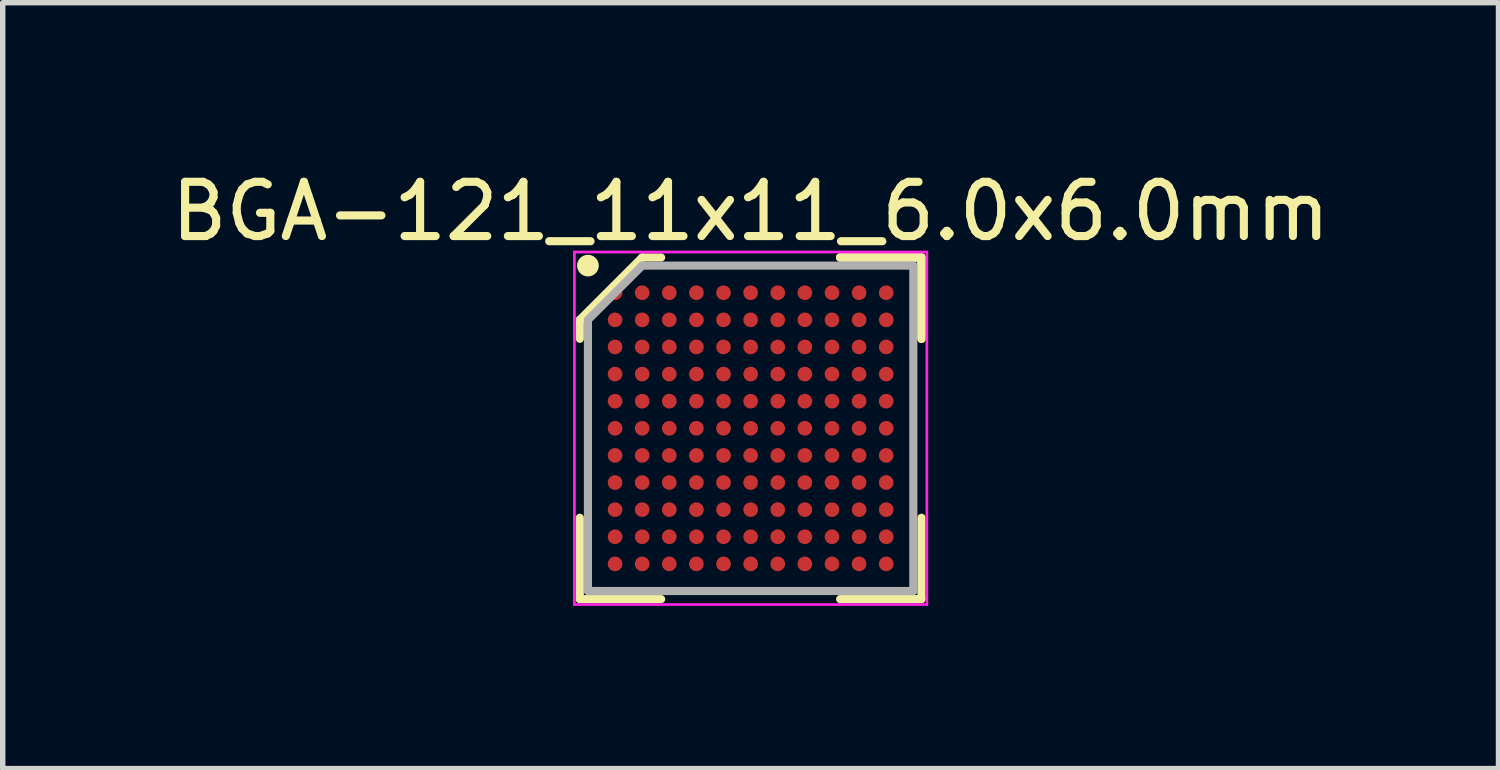
<source format=kicad_pcb>
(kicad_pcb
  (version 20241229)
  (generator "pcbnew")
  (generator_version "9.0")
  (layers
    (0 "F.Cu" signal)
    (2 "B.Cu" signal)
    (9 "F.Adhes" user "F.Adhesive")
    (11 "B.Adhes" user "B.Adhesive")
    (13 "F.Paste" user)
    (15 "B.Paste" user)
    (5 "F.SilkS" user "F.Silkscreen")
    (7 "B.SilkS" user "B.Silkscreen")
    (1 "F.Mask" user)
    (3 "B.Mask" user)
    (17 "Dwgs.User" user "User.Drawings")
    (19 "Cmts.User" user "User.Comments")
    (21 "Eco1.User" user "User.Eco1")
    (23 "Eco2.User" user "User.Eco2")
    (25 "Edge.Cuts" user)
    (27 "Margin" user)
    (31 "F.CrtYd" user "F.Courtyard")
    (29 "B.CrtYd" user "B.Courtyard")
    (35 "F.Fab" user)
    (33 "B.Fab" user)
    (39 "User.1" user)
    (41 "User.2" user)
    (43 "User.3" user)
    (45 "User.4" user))
  (footprint "BGA-121_11x11_6.0x6.0mm"
    (layer "F.Cu")
    (at 10.792 4.848)
    (property "Reference" "BGA-121_11x11_6.0x6.0mm" (at 0 -4 0) (layer "F.SilkS") (effects (font (size 1 1) (thickness 0.15))))
    (attr smd)
    (fp_line (start -3.15 -2) (end -3.15 -1.65) (stroke (width 0.15) (type solid)) (layer "F.SilkS"))
    (fp_line (start -3.15 3.15) (end -3.15 1.65) (stroke (width 0.15) (type solid)) (layer "F.SilkS"))
    (fp_line (start -2 -3.15) (end -3.15 -2) (stroke (width 0.15) (type solid)) (layer "F.SilkS"))
    (fp_line (start -1.65 -3.15) (end -2 -3.15) (stroke (width 0.15) (type solid)) (layer "F.SilkS"))
    (fp_line (start -1.65 3.15) (end -3.15 3.15) (stroke (width 0.15) (type solid)) (layer "F.SilkS"))
    (fp_line (start 1.65 -3.15) (end 3.15 -3.15) (stroke (width 0.15) (type solid)) (layer "F.SilkS"))
    (fp_line (start 1.65 -3.15) (end 3.15 -3.15) (stroke (width 0.15) (type solid)) (layer "F.SilkS"))
    (fp_line (start 1.65 -3.15) (end 3.15 -3.15) (stroke (width 0.15) (type solid)) (layer "F.SilkS"))
    (fp_line (start 1.65 3.15) (end 3.15 3.15) (stroke (width 0.15) (type solid)) (layer "F.SilkS"))
    (fp_line (start 3.15 -3.15) (end 3.15 -1.65) (stroke (width 0.15) (type solid)) (layer "F.SilkS"))
    (fp_line (start 3.15 -3.15) (end 3.15 -1.65) (stroke (width 0.15) (type solid)) (layer "F.SilkS"))
    (fp_line (start 3.15 -3.15) (end 3.15 -1.65) (stroke (width 0.15) (type solid)) (layer "F.SilkS"))
    (fp_line (start 3.15 3.15) (end 3.15 1.65) (stroke (width 0.15) (type solid)) (layer "F.SilkS"))
    (fp_circle (center -3 -3) (end -3 -2.9) (stroke (width 0.2) (type solid)) (fill no) (layer "F.SilkS"))
    (fp_line (start -3.25 -3.25) (end 3.25 -3.25) (stroke (width 0.05) (type solid)) (layer "F.CrtYd"))
    (fp_line (start -3.25 3.25) (end -3.25 -3.25) (stroke (width 0.05) (type solid)) (layer "F.CrtYd"))
    (fp_line (start 3.25 -3.25) (end 3.25 3.25) (stroke (width 0.05) (type solid)) (layer "F.CrtYd"))
    (fp_line (start 3.25 3.25) (end -3.25 3.25) (stroke (width 0.05) (type solid)) (layer "F.CrtYd"))
    (fp_line (start -3 -2) (end -3 3) (stroke (width 0.15) (type solid)) (layer "F.Fab"))
    (fp_line (start -3 3) (end 3 3) (stroke (width 0.15) (type solid)) (layer "F.Fab"))
    (fp_line (start -2 -3) (end -3 -2) (stroke (width 0.15) (type solid)) (layer "F.Fab"))
    (fp_line (start 3 -3) (end -2 -3) (stroke (width 0.15) (type solid)) (layer "F.Fab"))
    (fp_line (start 3 3) (end 3 -3) (stroke (width 0.15) (type solid)) (layer "F.Fab"))
    (pad "A1" smd circle (at -2.5 -2.5) (size 0.27 0.27) (layers "F.Cu" "F.Mask" "F.Paste"))
    (pad "A2" smd circle (at -2 -2.5) (size 0.27 0.27) (layers "F.Cu" "F.Mask" "F.Paste"))
    (pad "A3" smd circle (at -1.5 -2.5) (size 0.27 0.27) (layers "F.Cu" "F.Mask" "F.Paste"))
    (pad "A4" smd circle (at -1 -2.5) (size 0.27 0.27) (layers "F.Cu" "F.Mask" "F.Paste"))
    (pad "A5" smd circle (at -0.5 -2.5) (size 0.27 0.27) (layers "F.Cu" "F.Mask" "F.Paste"))
    (pad "A6" smd circle (at 0 -2.5) (size 0.27 0.27) (layers "F.Cu" "F.Mask" "F.Paste"))
    (pad "A7" smd circle (at 0.5 -2.5) (size 0.27 0.27) (layers "F.Cu" "F.Mask" "F.Paste"))
    (pad "A8" smd circle (at 1 -2.5) (size 0.27 0.27) (layers "F.Cu" "F.Mask" "F.Paste"))
    (pad "A9" smd circle (at 1.5 -2.5) (size 0.27 0.27) (layers "F.Cu" "F.Mask" "F.Paste"))
    (pad "A10" smd circle (at 2 -2.5) (size 0.27 0.27) (layers "F.Cu" "F.Mask" "F.Paste"))
    (pad "A11" smd circle (at 2.5 -2.5) (size 0.27 0.27) (layers "F.Cu" "F.Mask" "F.Paste"))
    (pad "B1" smd circle (at -2.5 -2) (size 0.27 0.27) (layers "F.Cu" "F.Mask" "F.Paste"))
    (pad "B2" smd circle (at -2 -2) (size 0.27 0.27) (layers "F.Cu" "F.Mask" "F.Paste"))
    (pad "B3" smd circle (at -1.5 -2) (size 0.27 0.27) (layers "F.Cu" "F.Mask" "F.Paste"))
    (pad "B4" smd circle (at -1 -2) (size 0.27 0.27) (layers "F.Cu" "F.Mask" "F.Paste"))
    (pad "B5" smd circle (at -0.5 -2) (size 0.27 0.27) (layers "F.Cu" "F.Mask" "F.Paste"))
    (pad "B6" smd circle (at 0 -2) (size 0.27 0.27) (layers "F.Cu" "F.Mask" "F.Paste"))
    (pad "B7" smd circle (at 0.5 -2) (size 0.27 0.27) (layers "F.Cu" "F.Mask" "F.Paste"))
    (pad "B8" smd circle (at 1 -2) (size 0.27 0.27) (layers "F.Cu" "F.Mask" "F.Paste"))
    (pad "B9" smd circle (at 1.5 -2) (size 0.27 0.27) (layers "F.Cu" "F.Mask" "F.Paste"))
    (pad "B10" smd circle (at 2 -2) (size 0.27 0.27) (layers "F.Cu" "F.Mask" "F.Paste"))
    (pad "B11" smd circle (at 2.5 -2) (size 0.27 0.27) (layers "F.Cu" "F.Mask" "F.Paste"))
    (pad "C1" smd circle (at -2.5 -1.5) (size 0.27 0.27) (layers "F.Cu" "F.Mask" "F.Paste"))
    (pad "C2" smd circle (at -2 -1.5) (size 0.27 0.27) (layers "F.Cu" "F.Mask" "F.Paste"))
    (pad "C3" smd circle (at -1.5 -1.5) (size 0.27 0.27) (layers "F.Cu" "F.Mask" "F.Paste"))
    (pad "C4" smd circle (at -1 -1.5) (size 0.27 0.27) (layers "F.Cu" "F.Mask" "F.Paste"))
    (pad "C5" smd circle (at -0.5 -1.5) (size 0.27 0.27) (layers "F.Cu" "F.Mask" "F.Paste"))
    (pad "C6" smd circle (at 0 -1.5) (size 0.27 0.27) (layers "F.Cu" "F.Mask" "F.Paste"))
    (pad "C7" smd circle (at 0.5 -1.5) (size 0.27 0.27) (layers "F.Cu" "F.Mask" "F.Paste"))
    (pad "C8" smd circle (at 1 -1.5) (size 0.27 0.27) (layers "F.Cu" "F.Mask" "F.Paste"))
    (pad "C9" smd circle (at 1.5 -1.5) (size 0.27 0.27) (layers "F.Cu" "F.Mask" "F.Paste"))
    (pad "C10" smd circle (at 2 -1.5) (size 0.27 0.27) (layers "F.Cu" "F.Mask" "F.Paste"))
    (pad "C11" smd circle (at 2.5 -1.5) (size 0.27 0.27) (layers "F.Cu" "F.Mask" "F.Paste"))
    (pad "D1" smd circle (at -2.5 -1) (size 0.27 0.27) (layers "F.Cu" "F.Mask" "F.Paste"))
    (pad "D2" smd circle (at -2 -1) (size 0.27 0.27) (layers "F.Cu" "F.Mask" "F.Paste"))
    (pad "D3" smd circle (at -1.5 -1) (size 0.27 0.27) (layers "F.Cu" "F.Mask" "F.Paste"))
    (pad "D4" smd circle (at -1 -1) (size 0.27 0.27) (layers "F.Cu" "F.Mask" "F.Paste"))
    (pad "D5" smd circle (at -0.5 -1) (size 0.27 0.27) (layers "F.Cu" "F.Mask" "F.Paste"))
    (pad "D6" smd circle (at 0 -1) (size 0.27 0.27) (layers "F.Cu" "F.Mask" "F.Paste"))
    (pad "D7" smd circle (at 0.5 -1) (size 0.27 0.27) (layers "F.Cu" "F.Mask" "F.Paste"))
    (pad "D8" smd circle (at 1 -1) (size 0.27 0.27) (layers "F.Cu" "F.Mask" "F.Paste"))
    (pad "D9" smd circle (at 1.5 -1) (size 0.27 0.27) (layers "F.Cu" "F.Mask" "F.Paste"))
    (pad "D10" smd circle (at 2 -1) (size 0.27 0.27) (layers "F.Cu" "F.Mask" "F.Paste"))
    (pad "D11" smd circle (at 2.5 -1) (size 0.27 0.27) (layers "F.Cu" "F.Mask" "F.Paste"))
    (pad "E1" smd circle (at -2.5 -0.5) (size 0.27 0.27) (layers "F.Cu" "F.Mask" "F.Paste"))
    (pad "E2" smd circle (at -2 -0.5) (size 0.27 0.27) (layers "F.Cu" "F.Mask" "F.Paste"))
    (pad "E3" smd circle (at -1.5 -0.5) (size 0.27 0.27) (layers "F.Cu" "F.Mask" "F.Paste"))
    (pad "E4" smd circle (at -1 -0.5) (size 0.27 0.27) (layers "F.Cu" "F.Mask" "F.Paste"))
    (pad "E5" smd circle (at -0.5 -0.5) (size 0.27 0.27) (layers "F.Cu" "F.Mask" "F.Paste"))
    (pad "E6" smd circle (at 0 -0.5) (size 0.27 0.27) (layers "F.Cu" "F.Mask" "F.Paste"))
    (pad "E7" smd circle (at 0.5 -0.5) (size 0.27 0.27) (layers "F.Cu" "F.Mask" "F.Paste"))
    (pad "E8" smd circle (at 1 -0.5) (size 0.27 0.27) (layers "F.Cu" "F.Mask" "F.Paste"))
    (pad "E9" smd circle (at 1.5 -0.5) (size 0.27 0.27) (layers "F.Cu" "F.Mask" "F.Paste"))
    (pad "E10" smd circle (at 2 -0.5) (size 0.27 0.27) (layers "F.Cu" "F.Mask" "F.Paste"))
    (pad "E11" smd circle (at 2.5 -0.5) (size 0.27 0.27) (layers "F.Cu" "F.Mask" "F.Paste"))
    (pad "F1" smd circle (at -2.5 0) (size 0.27 0.27) (layers "F.Cu" "F.Mask" "F.Paste"))
    (pad "F2" smd circle (at -2 0) (size 0.27 0.27) (layers "F.Cu" "F.Mask" "F.Paste"))
    (pad "F3" smd circle (at -1.5 0) (size 0.27 0.27) (layers "F.Cu" "F.Mask" "F.Paste"))
    (pad "F4" smd circle (at -1 0) (size 0.27 0.27) (layers "F.Cu" "F.Mask" "F.Paste"))
    (pad "F5" smd circle (at -0.5 0) (size 0.27 0.27) (layers "F.Cu" "F.Mask" "F.Paste"))
    (pad "F6" smd circle (at 0 0) (size 0.27 0.27) (layers "F.Cu" "F.Mask" "F.Paste"))
    (pad "F7" smd circle (at 0.5 0) (size 0.27 0.27) (layers "F.Cu" "F.Mask" "F.Paste"))
    (pad "F8" smd circle (at 1 0) (size 0.27 0.27) (layers "F.Cu" "F.Mask" "F.Paste"))
    (pad "F9" smd circle (at 1.5 0) (size 0.27 0.27) (layers "F.Cu" "F.Mask" "F.Paste"))
    (pad "F10" smd circle (at 2 0) (size 0.27 0.27) (layers "F.Cu" "F.Mask" "F.Paste"))
    (pad "F11" smd circle (at 2.5 0) (size 0.27 0.27) (layers "F.Cu" "F.Mask" "F.Paste"))
    (pad "G1" smd circle (at -2.5 0.5) (size 0.27 0.27) (layers "F.Cu" "F.Mask" "F.Paste"))
    (pad "G2" smd circle (at -2 0.5) (size 0.27 0.27) (layers "F.Cu" "F.Mask" "F.Paste"))
    (pad "G3" smd circle (at -1.5 0.5) (size 0.27 0.27) (layers "F.Cu" "F.Mask" "F.Paste"))
    (pad "G4" smd circle (at -1 0.5) (size 0.27 0.27) (layers "F.Cu" "F.Mask" "F.Paste"))
    (pad "G5" smd circle (at -0.5 0.5) (size 0.27 0.27) (layers "F.Cu" "F.Mask" "F.Paste"))
    (pad "G6" smd circle (at 0 0.5) (size 0.27 0.27) (layers "F.Cu" "F.Mask" "F.Paste"))
    (pad "G7" smd circle (at 0.5 0.5) (size 0.27 0.27) (layers "F.Cu" "F.Mask" "F.Paste"))
    (pad "G8" smd circle (at 1 0.5) (size 0.27 0.27) (layers "F.Cu" "F.Mask" "F.Paste"))
    (pad "G9" smd circle (at 1.5 0.5) (size 0.27 0.27) (layers "F.Cu" "F.Mask" "F.Paste"))
    (pad "G10" smd circle (at 2 0.5) (size 0.27 0.27) (layers "F.Cu" "F.Mask" "F.Paste"))
    (pad "G11" smd circle (at 2.5 0.5) (size 0.27 0.27) (layers "F.Cu" "F.Mask" "F.Paste"))
    (pad "H1" smd circle (at -2.5 1) (size 0.27 0.27) (layers "F.Cu" "F.Mask" "F.Paste"))
    (pad "H2" smd circle (at -2 1) (size 0.27 0.27) (layers "F.Cu" "F.Mask" "F.Paste"))
    (pad "H3" smd circle (at -1.5 1) (size 0.27 0.27) (layers "F.Cu" "F.Mask" "F.Paste"))
    (pad "H4" smd circle (at -1 1) (size 0.27 0.27) (layers "F.Cu" "F.Mask" "F.Paste"))
    (pad "H5" smd circle (at -0.5 1) (size 0.27 0.27) (layers "F.Cu" "F.Mask" "F.Paste"))
    (pad "H6" smd circle (at 0 1) (size 0.27 0.27) (layers "F.Cu" "F.Mask" "F.Paste"))
    (pad "H7" smd circle (at 0.5 1) (size 0.27 0.27) (layers "F.Cu" "F.Mask" "F.Paste"))
    (pad "H8" smd circle (at 1 1) (size 0.27 0.27) (layers "F.Cu" "F.Mask" "F.Paste"))
    (pad "H9" smd circle (at 1.5 1) (size 0.27 0.27) (layers "F.Cu" "F.Mask" "F.Paste"))
    (pad "H10" smd circle (at 2 1) (size 0.27 0.27) (layers "F.Cu" "F.Mask" "F.Paste"))
    (pad "H11" smd circle (at 2.5 1) (size 0.27 0.27) (layers "F.Cu" "F.Mask" "F.Paste"))
    (pad "J1" smd circle (at -2.5 1.5) (size 0.27 0.27) (layers "F.Cu" "F.Mask" "F.Paste"))
    (pad "J2" smd circle (at -2 1.5) (size 0.27 0.27) (layers "F.Cu" "F.Mask" "F.Paste"))
    (pad "J3" smd circle (at -1.5 1.5) (size 0.27 0.27) (layers "F.Cu" "F.Mask" "F.Paste"))
    (pad "J4" smd circle (at -1 1.5) (size 0.27 0.27) (layers "F.Cu" "F.Mask" "F.Paste"))
    (pad "J5" smd circle (at -0.5 1.5) (size 0.27 0.27) (layers "F.Cu" "F.Mask" "F.Paste"))
    (pad "J6" smd circle (at 0 1.5) (size 0.27 0.27) (layers "F.Cu" "F.Mask" "F.Paste"))
    (pad "J7" smd circle (at 0.5 1.5) (size 0.27 0.27) (layers "F.Cu" "F.Mask" "F.Paste"))
    (pad "J8" smd circle (at 1 1.5) (size 0.27 0.27) (layers "F.Cu" "F.Mask" "F.Paste"))
    (pad "J9" smd circle (at 1.5 1.5) (size 0.27 0.27) (layers "F.Cu" "F.Mask" "F.Paste"))
    (pad "J10" smd circle (at 2 1.5) (size 0.27 0.27) (layers "F.Cu" "F.Mask" "F.Paste"))
    (pad "J11" smd circle (at 2.5 1.5) (size 0.27 0.27) (layers "F.Cu" "F.Mask" "F.Paste"))
    (pad "K1" smd circle (at -2.5 2) (size 0.27 0.27) (layers "F.Cu" "F.Mask" "F.Paste"))
    (pad "K2" smd circle (at -2 2) (size 0.27 0.27) (layers "F.Cu" "F.Mask" "F.Paste"))
    (pad "K3" smd circle (at -1.5 2) (size 0.27 0.27) (layers "F.Cu" "F.Mask" "F.Paste"))
    (pad "K4" smd circle (at -1 2) (size 0.27 0.27) (layers "F.Cu" "F.Mask" "F.Paste"))
    (pad "K5" smd circle (at -0.5 2) (size 0.27 0.27) (layers "F.Cu" "F.Mask" "F.Paste"))
    (pad "K6" smd circle (at 0 2) (size 0.27 0.27) (layers "F.Cu" "F.Mask" "F.Paste"))
    (pad "K7" smd circle (at 0.5 2) (size 0.27 0.27) (layers "F.Cu" "F.Mask" "F.Paste"))
    (pad "K8" smd circle (at 1 2) (size 0.27 0.27) (layers "F.Cu" "F.Mask" "F.Paste"))
    (pad "K9" smd circle (at 1.5 2) (size 0.27 0.27) (layers "F.Cu" "F.Mask" "F.Paste"))
    (pad "K10" smd circle (at 2 2) (size 0.27 0.27) (layers "F.Cu" "F.Mask" "F.Paste"))
    (pad "K11" smd circle (at 2.5 2) (size 0.27 0.27) (layers "F.Cu" "F.Mask" "F.Paste"))
    (pad "L1" smd circle (at -2.5 2.5) (size 0.27 0.27) (layers "F.Cu" "F.Mask" "F.Paste"))
    (pad "L2" smd circle (at -2 2.5) (size 0.27 0.27) (layers "F.Cu" "F.Mask" "F.Paste"))
    (pad "L3" smd circle (at -1.5 2.5) (size 0.27 0.27) (layers "F.Cu" "F.Mask" "F.Paste"))
    (pad "L4" smd circle (at -1 2.5) (size 0.27 0.27) (layers "F.Cu" "F.Mask" "F.Paste"))
    (pad "L5" smd circle (at -0.5 2.5) (size 0.27 0.27) (layers "F.Cu" "F.Mask" "F.Paste"))
    (pad "L6" smd circle (at 0 2.5) (size 0.27 0.27) (layers "F.Cu" "F.Mask" "F.Paste"))
    (pad "L7" smd circle (at 0.5 2.5) (size 0.27 0.27) (layers "F.Cu" "F.Mask" "F.Paste"))
    (pad "L8" smd circle (at 1 2.5) (size 0.27 0.27) (layers "F.Cu" "F.Mask" "F.Paste"))
    (pad "L9" smd circle (at 1.5 2.5) (size 0.27 0.27) (layers "F.Cu" "F.Mask" "F.Paste"))
    (pad "L10" smd circle (at 2 2.5) (size 0.27 0.27) (layers "F.Cu" "F.Mask" "F.Paste"))
    (pad "L11" smd circle (at 2.5 2.5) (size 0.27 0.27) (layers "F.Cu" "F.Mask" "F.Paste")))
  (gr_rect
    (start -3 -3)
    (end 24.583 11.123)
    (stroke (width 0.1) (type default))
    (fill no)
    (layer "Edge.Cuts")))
</source>
